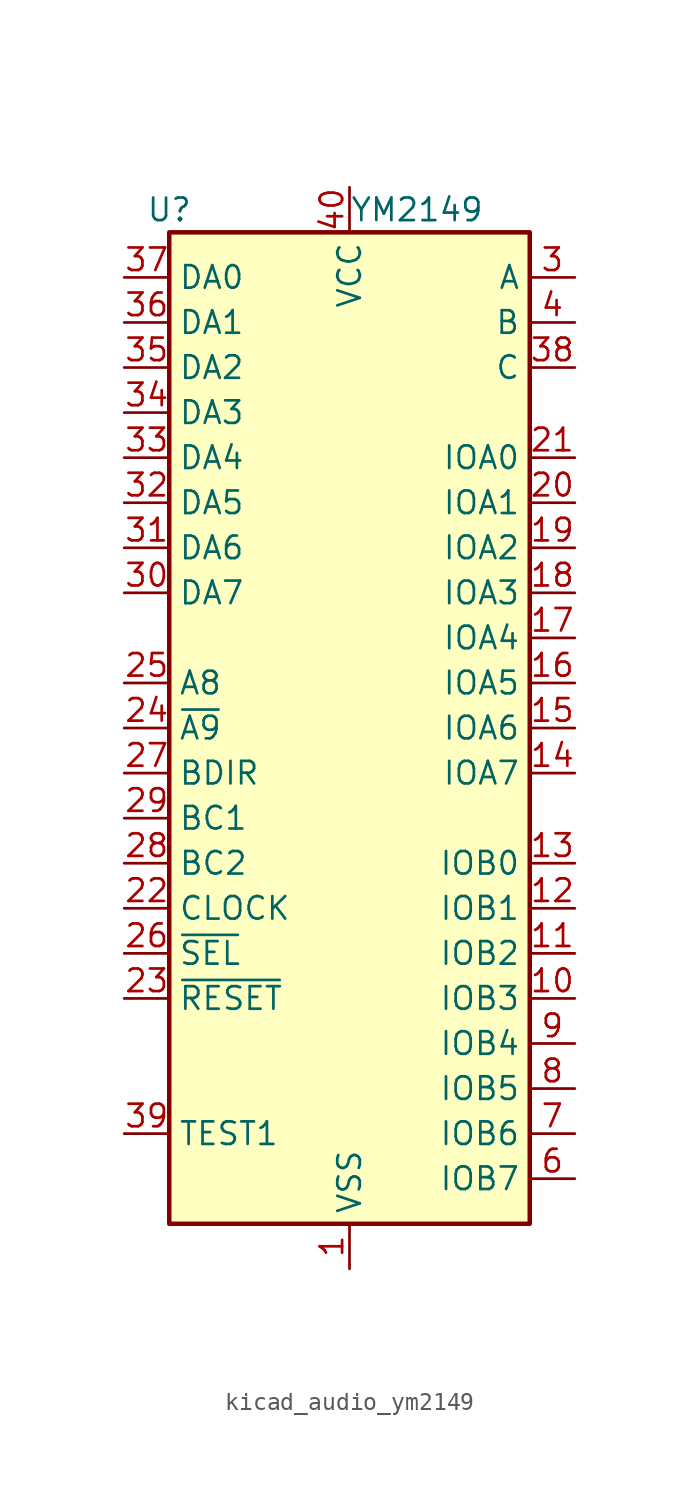
<source format=kicad_sym>
(kicad_symbol_lib
  (version 20220914)
  (generator kicad_symbol_editor)
  (symbol "kicad_audio_ym2149"
    (property "Reference" "U"
      (at -10.16 29.21 0)
      (effects (font (size 1.27 1.27))))
    (property "Value" "YM2149"
      (at 3.81 29.21 0)
      (effects (font (size 1.27 1.27))))
    (symbol "kicad_audio_ym2149_0_1"
      (rectangle (start -10.16 27.94) (end 10.16 -27.94) (stroke (width 0.254) (type default)) (fill (type background))))
    (symbol "kicad_audio_ym2149_1_1"
      (pin power_in line (at 0 -30.48 90) (length 2.54) (name "VSS" (effects (font (size 1.27 1.27)))) (number "1" (effects (font (size 1.27 1.27)))))
      (pin bidirectional line (at 12.7 -15.24 180) (length 2.54) (name "IOB3" (effects (font (size 1.27 1.27)))) (number "10" (effects (font (size 1.27 1.27)))))
      (pin bidirectional line (at 12.7 -12.7 180) (length 2.54) (name "IOB2" (effects (font (size 1.27 1.27)))) (number "11" (effects (font (size 1.27 1.27)))))
      (pin bidirectional line (at 12.7 -10.16 180) (length 2.54) (name "IOB1" (effects (font (size 1.27 1.27)))) (number "12" (effects (font (size 1.27 1.27)))))
      (pin bidirectional line (at 12.7 -7.62 180) (length 2.54) (name "IOB0" (effects (font (size 1.27 1.27)))) (number "13" (effects (font (size 1.27 1.27)))))
      (pin bidirectional line (at 12.7 -2.54 180) (length 2.54) (name "IOA7" (effects (font (size 1.27 1.27)))) (number "14" (effects (font (size 1.27 1.27)))))
      (pin bidirectional line (at 12.7 0 180) (length 2.54) (name "IOA6" (effects (font (size 1.27 1.27)))) (number "15" (effects (font (size 1.27 1.27)))))
      (pin bidirectional line (at 12.7 2.54 180) (length 2.54) (name "IOA5" (effects (font (size 1.27 1.27)))) (number "16" (effects (font (size 1.27 1.27)))))
      (pin bidirectional line (at 12.7 5.08 180) (length 2.54) (name "IOA4" (effects (font (size 1.27 1.27)))) (number "17" (effects (font (size 1.27 1.27)))))
      (pin bidirectional line (at 12.7 7.62 180) (length 2.54) (name "IOA3" (effects (font (size 1.27 1.27)))) (number "18" (effects (font (size 1.27 1.27)))))
      (pin bidirectional line (at 12.7 10.16 180) (length 2.54) (name "IOA2" (effects (font (size 1.27 1.27)))) (number "19" (effects (font (size 1.27 1.27)))))
      (pin no_connect line (at -10.16 -17.78 0) (length 2.54) hide (name "NC" (effects (font (size 1.27 1.27)))) (number "2" (effects (font (size 1.27 1.27)))))
      (pin bidirectional line (at 12.7 12.7 180) (length 2.54) (name "IOA1" (effects (font (size 1.27 1.27)))) (number "20" (effects (font (size 1.27 1.27)))))
      (pin bidirectional line (at 12.7 15.24 180) (length 2.54) (name "IOA0" (effects (font (size 1.27 1.27)))) (number "21" (effects (font (size 1.27 1.27)))))
      (pin input line (at -12.7 -10.16 0) (length 2.54) (name "CLOCK" (effects (font (size 1.27 1.27)))) (number "22" (effects (font (size 1.27 1.27)))))
      (pin input line (at -12.7 -15.24 0) (length 2.54) (name "~{RESET}" (effects (font (size 1.27 1.27)))) (number "23" (effects (font (size 1.27 1.27)))))
      (pin input line (at -12.7 0 0) (length 2.54) (name "~{A9}" (effects (font (size 1.27 1.27)))) (number "24" (effects (font (size 1.27 1.27)))))
      (pin input line (at -12.7 2.54 0) (length 2.54) (name "A8" (effects (font (size 1.27 1.27)))) (number "25" (effects (font (size 1.27 1.27)))))
      (pin input line (at -12.7 -12.7 0) (length 2.54) (name "~{SEL}" (effects (font (size 1.27 1.27)))) (number "26" (effects (font (size 1.27 1.27)))))
      (pin input line (at -12.7 -2.54 0) (length 2.54) (name "BDIR" (effects (font (size 1.27 1.27)))) (number "27" (effects (font (size 1.27 1.27)))))
      (pin input line (at -12.7 -7.62 0) (length 2.54) (name "BC2" (effects (font (size 1.27 1.27)))) (number "28" (effects (font (size 1.27 1.27)))))
      (pin input line (at -12.7 -5.08 0) (length 2.54) (name "BC1" (effects (font (size 1.27 1.27)))) (number "29" (effects (font (size 1.27 1.27)))))
      (pin output line (at 12.7 25.4 180) (length 2.54) (name "A" (effects (font (size 1.27 1.27)))) (number "3" (effects (font (size 1.27 1.27)))))
      (pin bidirectional line (at -12.7 7.62 0) (length 2.54) (name "DA7" (effects (font (size 1.27 1.27)))) (number "30" (effects (font (size 1.27 1.27)))))
      (pin bidirectional line (at -12.7 10.16 0) (length 2.54) (name "DA6" (effects (font (size 1.27 1.27)))) (number "31" (effects (font (size 1.27 1.27)))))
      (pin bidirectional line (at -12.7 12.7 0) (length 2.54) (name "DA5" (effects (font (size 1.27 1.27)))) (number "32" (effects (font (size 1.27 1.27)))))
      (pin bidirectional line (at -12.7 15.24 0) (length 2.54) (name "DA4" (effects (font (size 1.27 1.27)))) (number "33" (effects (font (size 1.27 1.27)))))
      (pin bidirectional line (at -12.7 17.78 0) (length 2.54) (name "DA3" (effects (font (size 1.27 1.27)))) (number "34" (effects (font (size 1.27 1.27)))))
      (pin bidirectional line (at -12.7 20.32 0) (length 2.54) (name "DA2" (effects (font (size 1.27 1.27)))) (number "35" (effects (font (size 1.27 1.27)))))
      (pin bidirectional line (at -12.7 22.86 0) (length 2.54) (name "DA1" (effects (font (size 1.27 1.27)))) (number "36" (effects (font (size 1.27 1.27)))))
      (pin bidirectional line (at -12.7 25.4 0) (length 2.54) (name "DA0" (effects (font (size 1.27 1.27)))) (number "37" (effects (font (size 1.27 1.27)))))
      (pin output line (at 12.7 20.32 180) (length 2.54) (name "C" (effects (font (size 1.27 1.27)))) (number "38" (effects (font (size 1.27 1.27)))))
      (pin passive line (at -12.7 -22.86 0) (length 2.54) (name "TEST1" (effects (font (size 1.27 1.27)))) (number "39" (effects (font (size 1.27 1.27)))))
      (pin output line (at 12.7 22.86 180) (length 2.54) (name "B" (effects (font (size 1.27 1.27)))) (number "4" (effects (font (size 1.27 1.27)))))
      (pin power_in line (at 0 30.48 270) (length 2.54) (name "VCC" (effects (font (size 1.27 1.27)))) (number "40" (effects (font (size 1.27 1.27)))))
      (pin no_connect line (at -10.16 -20.32 0) (length 2.54) hide (name "NC" (effects (font (size 1.27 1.27)))) (number "5" (effects (font (size 1.27 1.27)))))
      (pin bidirectional line (at 12.7 -25.4 180) (length 2.54) (name "IOB7" (effects (font (size 1.27 1.27)))) (number "6" (effects (font (size 1.27 1.27)))))
      (pin bidirectional line (at 12.7 -22.86 180) (length 2.54) (name "IOB6" (effects (font (size 1.27 1.27)))) (number "7" (effects (font (size 1.27 1.27)))))
      (pin bidirectional line (at 12.7 -20.32 180) (length 2.54) (name "IOB5" (effects (font (size 1.27 1.27)))) (number "8" (effects (font (size 1.27 1.27)))))
      (pin bidirectional line (at 12.7 -17.78 180) (length 2.54) (name "IOB4" (effects (font (size 1.27 1.27)))) (number "9" (effects (font (size 1.27 1.27))))))))
</source>
